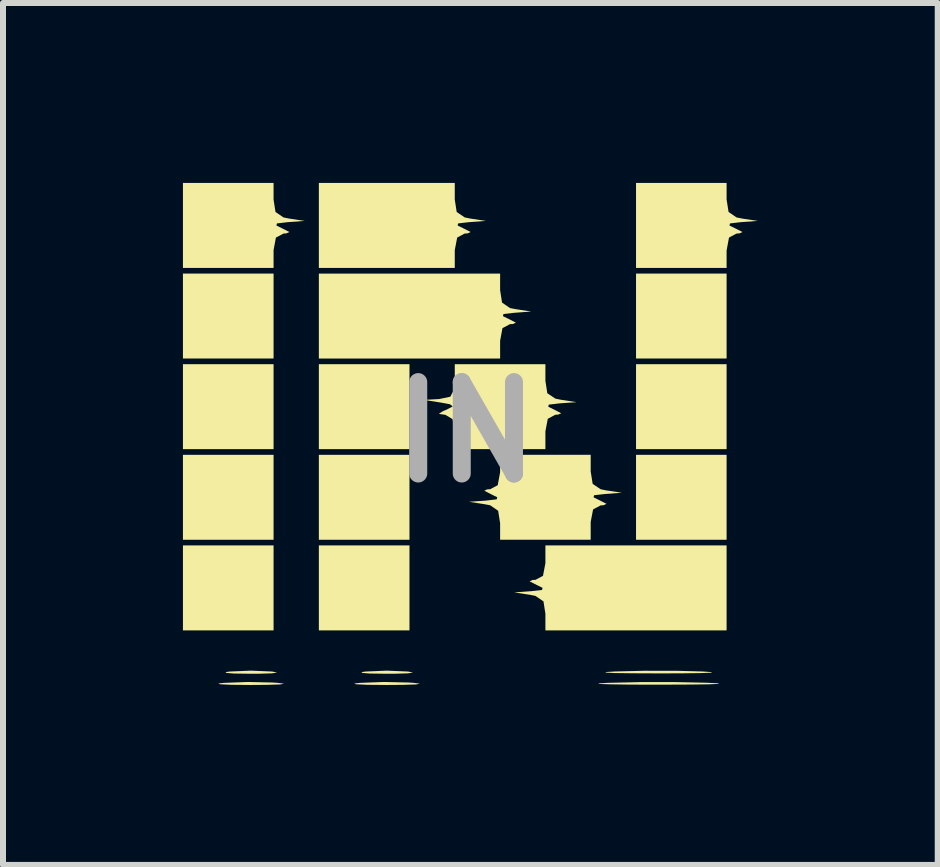
<source format=kicad_pcb>
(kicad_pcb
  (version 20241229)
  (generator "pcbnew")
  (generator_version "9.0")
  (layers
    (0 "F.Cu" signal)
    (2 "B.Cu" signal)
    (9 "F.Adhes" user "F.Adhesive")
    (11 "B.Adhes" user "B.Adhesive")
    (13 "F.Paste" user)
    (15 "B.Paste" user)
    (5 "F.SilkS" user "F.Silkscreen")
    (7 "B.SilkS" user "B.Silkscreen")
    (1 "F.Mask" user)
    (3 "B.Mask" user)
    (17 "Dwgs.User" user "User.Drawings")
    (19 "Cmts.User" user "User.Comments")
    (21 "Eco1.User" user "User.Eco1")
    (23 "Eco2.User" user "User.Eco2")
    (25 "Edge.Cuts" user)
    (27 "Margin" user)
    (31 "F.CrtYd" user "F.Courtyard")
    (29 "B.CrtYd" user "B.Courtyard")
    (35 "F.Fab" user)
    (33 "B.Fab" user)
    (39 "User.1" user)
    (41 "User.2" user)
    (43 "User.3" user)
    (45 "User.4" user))
  (footprint "IN"
    (layer "F.Cu")
    (at 4.721 4.155)
    (property "Reference" "IN" (at 0 0 0) (layer "F.Fab") (effects (font (size 1.524 1.524) (thickness 0.3))))
    (attr board_only exclude_from_pos_files exclude_from_bom)
    (fp_poly (pts (xy -3.21 -1.228) (xy -4.721 -1.228) (xy -4.721 -2.644) (xy -3.21 -2.644)) (stroke (width 0) (type solid)) (fill yes) (layer "F.SilkS"))
    (fp_poly (pts (xy -3.21 0.283) (xy -4.721 0.283) (xy -4.721 -1.133) (xy -3.21 -1.133)) (stroke (width 0) (type solid)) (fill yes) (layer "F.SilkS"))
    (fp_poly (pts (xy -3.21 1.794) (xy -4.721 1.794) (xy -4.721 0.378) (xy -3.21 0.378)) (stroke (width 0) (type solid)) (fill yes) (layer "F.SilkS"))
    (fp_poly (pts (xy -3.21 3.305) (xy -4.721 3.305) (xy -4.721 1.888) (xy -3.21 1.888)) (stroke (width 0) (type solid)) (fill yes) (layer "F.SilkS"))
    (fp_poly (pts (xy -0.944 0.283) (xy -2.455 0.283) (xy -2.455 -1.133) (xy -0.944 -1.133)) (stroke (width 0) (type solid)) (fill yes) (layer "F.SilkS"))
    (fp_poly (pts (xy -0.944 1.794) (xy -2.455 1.794) (xy -2.455 0.378) (xy -0.944 0.378)) (stroke (width 0) (type solid)) (fill yes) (layer "F.SilkS"))
    (fp_poly (pts (xy -0.944 3.305) (xy -2.455 3.305) (xy -2.455 1.888) (xy -0.944 1.888)) (stroke (width 0) (type solid)) (fill yes) (layer "F.SilkS"))
    (fp_poly (pts (xy 4.343 -1.228) (xy 2.833 -1.228) (xy 2.833 -2.644) (xy 4.343 -2.644)) (stroke (width 0) (type solid)) (fill yes) (layer "F.SilkS"))
    (fp_poly (pts (xy 4.343 0.283) (xy 2.833 0.283) (xy 2.833 -1.133) (xy 4.343 -1.133)) (stroke (width 0) (type solid)) (fill yes) (layer "F.SilkS"))
    (fp_poly (pts (xy 4.343 1.794) (xy 2.833 1.794) (xy 2.833 0.378) (xy 4.343 0.378)) (stroke (width 0) (type solid)) (fill yes) (layer "F.SilkS"))
    (fp_poly (pts (xy -3.234 3.991) (xy -3.151 4.008) (xy -3.237 4.021) (xy -3.473 4.028) (xy -3.588 4.028) (xy -3.872 4.024) (xy -4.013 4.013) (xy -3.992 3.998) (xy -3.942 3.991) (xy -3.588 3.976)) (stroke (width 0) (type solid)) (fill yes) (layer "F.SilkS"))
    (fp_poly (pts (xy -0.968 3.991) (xy -0.885 4.008) (xy -0.971 4.021) (xy -1.206 4.028) (xy -1.322 4.028) (xy -1.606 4.024) (xy -1.747 4.013) (xy -1.726 3.998) (xy -1.676 3.991) (xy -1.321 3.976)) (stroke (width 0) (type solid)) (fill yes) (layer "F.SilkS"))
    (fp_poly (pts (xy -3.224 4.174) (xy -3.14 4.18) (xy -3.035 4.194) (xy -3.102 4.206) (xy -3.322 4.213) (xy -3.588 4.215) (xy -3.916 4.212) (xy -4.103 4.203) (xy -4.133 4.191) (xy -4.037 4.18) (xy -3.641 4.165)) (stroke (width 0) (type solid)) (fill yes) (layer "F.SilkS"))
    (fp_poly (pts (xy -0.958 4.174) (xy -0.873 4.18) (xy -0.769 4.194) (xy -0.836 4.206) (xy -1.056 4.213) (xy -1.322 4.215) (xy -1.65 4.212) (xy -1.837 4.203) (xy -1.867 4.191) (xy -1.77 4.18) (xy -1.374 4.165)) (stroke (width 0) (type solid)) (fill yes) (layer "F.SilkS"))
    (fp_poly (pts (xy 3.525 3.979) (xy 3.942 3.99) (xy 4.1 4.001) (xy 4.084 4.01) (xy 3.905 4.017) (xy 3.579 4.021) (xy 3.21 4.022) (xy 2.773 4.02) (xy 2.473 4.016) (xy 2.322 4.008) (xy 2.335 3.999) (xy 2.479 3.99) (xy 2.974 3.978)) (stroke (width 0) (type solid)) (fill yes) (layer "F.SilkS"))
    (fp_poly (pts (xy 4.021 4.178) (xy 4.037 4.179) (xy 4.21 4.188) (xy 4.208 4.197) (xy 4.043 4.204) (xy 3.728 4.208) (xy 3.275 4.21) (xy 3.21 4.21) (xy 2.742 4.209) (xy 2.409 4.204) (xy 2.224 4.198) (xy 2.201 4.19) (xy 2.353 4.18) (xy 2.384 4.179) (xy 2.907 4.167) (xy 3.494 4.167)) (stroke (width 0) (type solid)) (fill yes) (layer "F.SilkS"))
    (fp_poly (pts (xy -3.21 -3.878) (xy -3.178 -3.671) (xy -3.045 -3.58) (xy -2.951 -3.561) (xy -2.691 -3.522) (xy -2.974 -3.501) (xy -3.154 -3.48) (xy -3.162 -3.445) (xy -3.069 -3.399) (xy -2.947 -3.337) (xy -2.996 -3.314) (xy -3.045 -3.311) (xy -3.171 -3.244) (xy -3.21 -3.035) (xy -3.21 -3.022) (xy -3.21 -2.738) (xy -4.721 -2.738) (xy -4.721 -4.155) (xy -3.21 -4.155)) (stroke (width 0) (type solid)) (fill yes) (layer "F.SilkS"))
    (fp_poly (pts (xy -0.189 -3.878) (xy -0.157 -3.671) (xy -0.023 -3.58) (xy 0.071 -3.561) (xy 0.33 -3.522) (xy 0.047 -3.501) (xy -0.133 -3.48) (xy -0.141 -3.445) (xy -0.047 -3.399) (xy 0.075 -3.337) (xy 0.025 -3.314) (xy -0.024 -3.311) (xy -0.149 -3.244) (xy -0.189 -3.035) (xy -0.189 -3.022) (xy -0.189 -2.738) (xy -2.455 -2.738) (xy -2.455 -4.155) (xy -0.189 -4.155)) (stroke (width 0) (type solid)) (fill yes) (layer "F.SilkS"))
    (fp_poly (pts (xy 0.567 -2.367) (xy 0.599 -2.16) (xy 0.732 -2.069) (xy 0.826 -2.051) (xy 1.086 -2.011) (xy 0.803 -1.99) (xy 0.623 -1.97) (xy 0.614 -1.934) (xy 0.708 -1.888) (xy 0.83 -1.826) (xy 0.781 -1.803) (xy 0.732 -1.801) (xy 0.606 -1.734) (xy 0.567 -1.524) (xy 0.567 -1.511) (xy 0.567 -1.228) (xy -2.455 -1.228) (xy -2.455 -2.644) (xy 0.567 -2.644)) (stroke (width 0) (type solid)) (fill yes) (layer "F.SilkS"))
    (fp_poly (pts (xy 4.343 -3.878) (xy 4.376 -3.671) (xy 4.509 -3.58) (xy 4.603 -3.561) (xy 4.863 -3.522) (xy 4.58 -3.501) (xy 4.4 -3.48) (xy 4.391 -3.445) (xy 4.485 -3.399) (xy 4.607 -3.337) (xy 4.558 -3.314) (xy 4.509 -3.311) (xy 4.383 -3.244) (xy 4.344 -3.035) (xy 4.343 -3.022) (xy 4.343 -2.738) (xy 2.833 -2.738) (xy 2.833 -4.155) (xy 4.343 -4.155)) (stroke (width 0) (type solid)) (fill yes) (layer "F.SilkS"))
    (fp_poly (pts (xy 4.343 3.305) (xy 1.322 3.305) (xy 1.322 3.028) (xy 1.29 2.821) (xy 1.156 2.73) (xy 1.062 2.711) (xy 0.803 2.672) (xy 1.086 2.651) (xy 1.266 2.631) (xy 1.274 2.595) (xy 1.18 2.549) (xy 1.058 2.487) (xy 1.108 2.464) (xy 1.157 2.462) (xy 1.282 2.395) (xy 1.322 2.185) (xy 1.322 2.172) (xy 1.322 1.888) (xy 4.343 1.888)) (stroke (width 0) (type solid)) (fill yes) (layer "F.SilkS"))
    (fp_poly (pts (xy 1.322 -0.856) (xy 1.354 -0.649) (xy 1.488 -0.559) (xy 1.582 -0.54) (xy 1.841 -0.5) (xy 1.558 -0.48) (xy 1.378 -0.459) (xy 1.37 -0.424) (xy 1.464 -0.378) (xy 1.586 -0.315) (xy 1.536 -0.293) (xy 1.487 -0.29) (xy 1.362 -0.223) (xy 1.322 -0.014) (xy 1.322 0) (xy 1.322 0.283) (xy -0.189 0.283) (xy -0.189 0) (xy -0.225 -0.217) (xy -0.346 -0.289) (xy -0.354 -0.29) (xy -0.455 -0.305) (xy -0.384 -0.351) (xy -0.33 -0.373) (xy -0.222 -0.429) (xy -0.271 -0.466) (xy -0.425 -0.494) (xy -0.708 -0.538) (xy -0.449 -0.552) (xy -0.263 -0.591) (xy -0.195 -0.72) (xy -0.189 -0.85) (xy -0.189 -1.133) (xy 1.322 -1.133)) (stroke (width 0) (type solid)) (fill yes) (layer "F.SilkS"))
    (fp_poly (pts (xy 2.077 0.655) (xy 2.11 0.862) (xy 2.243 0.952) (xy 2.337 0.971) (xy 2.597 1.01) (xy 2.313 1.031) (xy 2.134 1.052) (xy 2.125 1.087) (xy 2.219 1.133) (xy 2.341 1.195) (xy 2.292 1.218) (xy 2.243 1.221) (xy 2.117 1.288) (xy 2.077 1.497) (xy 2.077 1.511) (xy 2.077 1.794) (xy 0.567 1.794) (xy 0.567 1.517) (xy 0.534 1.31) (xy 0.401 1.219) (xy 0.307 1.201) (xy 0.047 1.161) (xy 0.33 1.141) (xy 0.51 1.12) (xy 0.519 1.085) (xy 0.425 1.039) (xy 0.303 0.976) (xy 0.352 0.954) (xy 0.401 0.951) (xy 0.527 0.884) (xy 0.566 0.675) (xy 0.567 0.661) (xy 0.567 0.378) (xy 2.077 0.378)) (stroke (width 0) (type solid)) (fill yes) (layer "F.SilkS")))
  (gr_rect
    (start -3 -3)
    (end 12.584 11.37)
    (stroke (width 0.1) (type default))
    (fill no)
    (layer "Edge.Cuts")))
</source>
